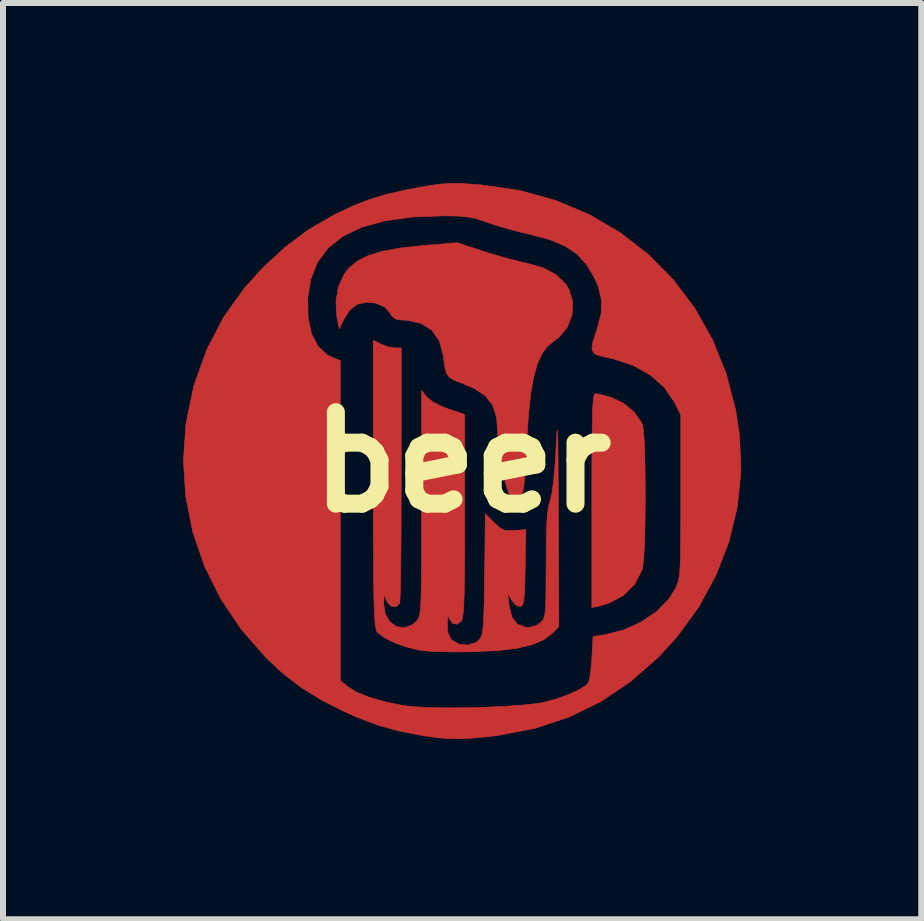
<source format=kicad_pcb>
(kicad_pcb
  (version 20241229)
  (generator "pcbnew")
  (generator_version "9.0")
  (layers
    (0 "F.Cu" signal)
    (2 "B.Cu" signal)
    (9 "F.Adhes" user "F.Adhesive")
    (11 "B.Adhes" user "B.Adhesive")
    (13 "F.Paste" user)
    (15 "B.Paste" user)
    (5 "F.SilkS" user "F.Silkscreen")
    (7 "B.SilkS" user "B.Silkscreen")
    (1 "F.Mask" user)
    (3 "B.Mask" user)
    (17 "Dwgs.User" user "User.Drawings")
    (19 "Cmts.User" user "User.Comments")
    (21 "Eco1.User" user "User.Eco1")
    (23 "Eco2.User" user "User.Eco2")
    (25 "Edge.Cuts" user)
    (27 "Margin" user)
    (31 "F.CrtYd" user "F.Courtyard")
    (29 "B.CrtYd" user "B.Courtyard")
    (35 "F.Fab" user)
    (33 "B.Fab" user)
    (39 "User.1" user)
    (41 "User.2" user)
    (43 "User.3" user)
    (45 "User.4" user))
  (footprint "beer"
    (layer "F.Cu")
    (at 4.65 4.651)
    (property "Reference" "beer" (at 0 0 0) (layer "F.SilkS") (effects (font (size 1.524 1.524) (thickness 0.3))))
    (attr through_hole)
    (fp_poly (pts (xy 2.286 -1.132) (xy 2.404 -1.102) (xy 2.481 -1.081) (xy 2.686 -0.985) (xy 2.863 -0.838) (xy 2.986 -0.663) (xy 3.003 -0.622) (xy 3.018 -0.539) (xy 3.03 -0.385) (xy 3.039 -0.177) (xy 3.045 0.073) (xy 3.048 0.349) (xy 3.049 0.637) (xy 3.046 0.922) (xy 3.041 1.189) (xy 3.033 1.425) (xy 3.022 1.615) (xy 3.008 1.743) (xy 3 1.782) (xy 2.876 2.025) (xy 2.689 2.215) (xy 2.446 2.346) (xy 2.297 2.39) (xy 2.159 2.42) (xy 2.159 0.638) (xy 2.159 0.191) (xy 2.161 -0.179) (xy 2.164 -0.477) (xy 2.168 -0.711) (xy 2.173 -0.887) (xy 2.181 -1.011) (xy 2.191 -1.091) (xy 2.202 -1.133) (xy 2.215 -1.143) (xy 2.286 -1.132)) (stroke (width 0.01) (type solid)) (fill yes) (layer "F.Cu"))
    (fp_poly (pts (xy 0.329 -3.522) (xy 0.548 -3.453) (xy 0.782 -3.388) (xy 0.99 -3.336) (xy 1.058 -3.321) (xy 1.347 -3.24) (xy 1.565 -3.124) (xy 1.722 -2.969) (xy 1.782 -2.872) (xy 1.841 -2.668) (xy 1.829 -2.455) (xy 1.751 -2.253) (xy 1.615 -2.085) (xy 1.535 -2.026) (xy 1.423 -1.936) (xy 1.33 -1.812) (xy 1.254 -1.647) (xy 1.193 -1.432) (xy 1.144 -1.159) (xy 1.106 -0.821) (xy 1.077 -0.41) (xy 1.067 -0.201) (xy 1.054 0.063) (xy 1.041 0.255) (xy 1.028 0.39) (xy 1.01 0.481) (xy 0.988 0.541) (xy 0.957 0.585) (xy 0.941 0.601) (xy 0.849 0.694) (xy 0.781 0.531) (xy 0.723 0.354) (xy 0.669 0.126) (xy 0.625 -0.121) (xy 0.598 -0.353) (xy 0.592 -0.48) (xy 0.573 -0.745) (xy 0.507 -0.948) (xy 0.386 -1.106) (xy 0.199 -1.231) (xy -0.002 -1.316) (xy -0.129 -1.365) (xy -0.21 -1.412) (xy -0.259 -1.476) (xy -0.288 -1.579) (xy -0.312 -1.742) (xy -0.317 -1.785) (xy -0.382 -2.023) (xy -0.505 -2.2) (xy -0.686 -2.314) (xy -0.922 -2.366) (xy -0.985 -2.368) (xy -1.103 -2.383) (xy -1.17 -2.433) (xy -1.191 -2.472) (xy -1.287 -2.585) (xy -1.443 -2.652) (xy -1.58 -2.667) (xy -1.746 -2.634) (xy -1.878 -2.532) (xy -1.972 -2.383) (xy -2.049 -2.223) (xy -2.089 -2.429) (xy -2.104 -2.684) (xy -2.059 -2.932) (xy -1.96 -3.145) (xy -1.891 -3.232) (xy -1.749 -3.35) (xy -1.564 -3.444) (xy -1.327 -3.516) (xy -1.026 -3.571) (xy -0.669 -3.609) (xy -0.084 -3.658) (xy 0.329 -3.522)) (stroke (width 0.01) (type solid)) (fill yes) (layer "F.Cu"))
    (fp_poly (pts (xy 0.003 -4.643) (xy 0.222 -4.629) (xy 0.318 -4.621) (xy 0.956 -4.529) (xy 1.558 -4.362) (xy 2.119 -4.126) (xy 2.636 -3.823) (xy 3.103 -3.46) (xy 3.518 -3.039) (xy 3.875 -2.565) (xy 4.169 -2.042) (xy 4.398 -1.474) (xy 4.556 -0.866) (xy 4.621 -0.43) (xy 4.642 0.16) (xy 4.582 0.748) (xy 4.443 1.323) (xy 4.228 1.879) (xy 3.941 2.408) (xy 3.584 2.9) (xy 3.274 3.239) (xy 2.808 3.65) (xy 2.313 3.984) (xy 1.782 4.243) (xy 1.21 4.432) (xy 0.592 4.551) (xy 0.423 4.571) (xy 0.16 4.596) (xy -0.051 4.606) (xy -0.238 4.603) (xy -0.433 4.585) (xy -0.656 4.553) (xy -1.049 4.478) (xy -1.399 4.381) (xy -1.748 4.25) (xy -1.974 4.148) (xy -2.357 3.954) (xy -2.682 3.752) (xy -2.976 3.527) (xy -3.261 3.262) (xy -3.678 2.787) (xy -4.023 2.274) (xy -4.294 1.729) (xy -4.489 1.159) (xy -4.606 0.57) (xy -4.645 -0.032) (xy -4.602 -0.639) (xy -4.477 -1.247) (xy -4.46 -1.308) (xy -4.253 -1.883) (xy -3.979 -2.41) (xy -3.748 -2.734) (xy -2.573 -2.734) (xy -2.568 -2.411) (xy -2.51 -2.141) (xy -2.402 -1.932) (xy -2.244 -1.786) (xy -2.148 -1.74) (xy -2.032 -1.695) (xy -2.032 3.633) (xy -1.902 3.742) (xy -1.759 3.83) (xy -1.55 3.914) (xy -1.296 3.988) (xy -1.015 4.046) (xy -0.91 4.061) (xy -0.718 4.078) (xy -0.466 4.088) (xy -0.173 4.091) (xy 0.143 4.087) (xy 0.461 4.077) (xy 0.764 4.062) (xy 1.033 4.042) (xy 1.248 4.018) (xy 1.352 4) (xy 1.561 3.944) (xy 1.762 3.872) (xy 1.934 3.795) (xy 2.057 3.719) (xy 2.103 3.673) (xy 2.121 3.608) (xy 2.14 3.482) (xy 2.155 3.318) (xy 2.159 3.26) (xy 2.18 2.901) (xy 2.371 2.873) (xy 2.685 2.795) (xy 2.979 2.662) (xy 3.238 2.486) (xy 3.443 2.277) (xy 3.553 2.102) (xy 3.577 2.048) (xy 3.597 1.99) (xy 3.612 1.92) (xy 3.623 1.826) (xy 3.631 1.699) (xy 3.636 1.53) (xy 3.639 1.307) (xy 3.64 1.023) (xy 3.641 0.666) (xy 3.641 0.566) (xy 3.641 -0.788) (xy 3.531 -1.008) (xy 3.364 -1.25) (xy 3.13 -1.456) (xy 2.839 -1.618) (xy 2.503 -1.727) (xy 2.421 -1.744) (xy 2.278 -1.776) (xy 2.194 -1.816) (xy 2.16 -1.882) (xy 2.173 -1.99) (xy 2.224 -2.156) (xy 2.244 -2.212) (xy 2.314 -2.474) (xy 2.321 -2.705) (xy 2.264 -2.934) (xy 2.199 -3.082) (xy 2.069 -3.298) (xy 1.911 -3.469) (xy 1.713 -3.602) (xy 1.46 -3.708) (xy 1.138 -3.795) (xy 1.101 -3.803) (xy 0.883 -3.856) (xy 0.656 -3.919) (xy 0.46 -3.981) (xy 0.412 -3.998) (xy 0.255 -4.052) (xy 0.109 -4.084) (xy -0.056 -4.101) (xy -0.27 -4.106) (xy -0.308 -4.106) (xy -0.834 -4.085) (xy -1.288 -4.022) (xy -1.671 -3.917) (xy -1.984 -3.768) (xy -2.23 -3.575) (xy -2.409 -3.336) (xy -2.523 -3.051) (xy -2.573 -2.734) (xy -3.748 -2.734) (xy -3.632 -2.897) (xy -3.323 -3.239) (xy -2.951 -3.583) (xy -2.573 -3.866) (xy -2.16 -4.108) (xy -2.095 -4.141) (xy -1.811 -4.275) (xy -1.541 -4.379) (xy -1.259 -4.464) (xy -0.935 -4.538) (xy -0.735 -4.576) (xy -0.513 -4.614) (xy -0.335 -4.637) (xy -0.173 -4.646) (xy 0.003 -4.643)) (stroke (width 0.01) (type solid)) (fill yes) (layer "F.Cu"))
    (fp_poly (pts (xy -1.357 -1.97) (xy -1.234 -1.923) (xy -1.124 -1.905) (xy -1.016 -1.905) (xy -1.016 0.187) (xy -1.017 0.602) (xy -1.018 0.992) (xy -1.02 1.349) (xy -1.023 1.664) (xy -1.027 1.93) (xy -1.031 2.137) (xy -1.036 2.278) (xy -1.041 2.343) (xy -1.042 2.346) (xy -1.097 2.407) (xy -1.173 2.403) (xy -1.242 2.34) (xy -1.263 2.297) (xy -1.29 2.229) (xy -1.303 2.228) (xy -1.308 2.301) (xy -1.309 2.354) (xy -1.282 2.527) (xy -1.205 2.657) (xy -1.094 2.737) (xy -0.965 2.757) (xy -0.833 2.708) (xy -0.769 2.654) (xy -0.747 2.629) (xy -0.729 2.6) (xy -0.715 2.561) (xy -0.703 2.502) (xy -0.694 2.416) (xy -0.687 2.295) (xy -0.683 2.133) (xy -0.68 1.92) (xy -0.678 1.649) (xy -0.678 1.313) (xy -0.677 0.904) (xy -0.677 0.679) (xy -0.677 -1.197) (xy -0.592 -1.088) (xy -0.491 -1.005) (xy -0.328 -0.924) (xy -0.232 -0.889) (xy 0.042 -0.797) (xy 0.042 0.884) (xy 0.042 1.324) (xy 0.04 1.686) (xy 0.037 1.978) (xy 0.032 2.206) (xy 0.025 2.379) (xy 0.017 2.503) (xy 0.005 2.585) (xy -0.008 2.633) (xy -0.015 2.645) (xy -0.091 2.699) (xy -0.167 2.679) (xy -0.219 2.595) (xy -0.224 2.574) (xy -0.235 2.554) (xy -0.245 2.607) (xy -0.248 2.678) (xy -0.24 2.83) (xy -0.197 2.931) (xy -0.169 2.963) (xy -0.047 3.033) (xy 0.098 3.045) (xy 0.232 2.999) (xy 0.279 2.959) (xy 0.305 2.925) (xy 0.325 2.878) (xy 0.34 2.808) (xy 0.351 2.705) (xy 0.359 2.556) (xy 0.365 2.351) (xy 0.37 2.08) (xy 0.373 1.865) (xy 0.385 0.859) (xy 0.531 1.005) (xy 0.631 1.095) (xy 0.717 1.135) (xy 0.829 1.139) (xy 0.869 1.136) (xy 1.06 1.121) (xy 1.049 1.756) (xy 1.043 2.003) (xy 1.036 2.178) (xy 1.026 2.293) (xy 1.011 2.361) (xy 0.989 2.394) (xy 0.966 2.404) (xy 0.892 2.379) (xy 0.826 2.299) (xy 0.757 2.18) (xy 0.781 2.392) (xy 0.828 2.581) (xy 0.922 2.7) (xy 1.064 2.75) (xy 1.105 2.752) (xy 1.227 2.722) (xy 1.312 2.667) (xy 1.341 2.634) (xy 1.362 2.59) (xy 1.377 2.525) (xy 1.387 2.427) (xy 1.393 2.283) (xy 1.396 2.082) (xy 1.397 1.812) (xy 1.398 1.704) (xy 1.399 1.382) (xy 1.404 1.132) (xy 1.413 0.942) (xy 1.428 0.801) (xy 1.447 0.695) (xy 1.465 0.635) (xy 1.498 0.495) (xy 1.526 0.277) (xy 1.55 -0.011) (xy 1.564 -0.254) (xy 1.571 -0.406) (xy 1.578 -0.502) (xy 1.583 -0.539) (xy 1.588 -0.513) (xy 1.592 -0.422) (xy 1.595 -0.261) (xy 1.597 -0.028) (xy 1.599 0.281) (xy 1.601 0.67) (xy 1.602 0.894) (xy 1.609 2.74) (xy 1.497 2.852) (xy 1.355 2.958) (xy 1.161 3.039) (xy 0.907 3.099) (xy 0.586 3.137) (xy 0.189 3.156) (xy 0.169 3.156) (xy -0.079 3.159) (xy -0.316 3.156) (xy -0.521 3.148) (xy -0.672 3.136) (xy -0.712 3.13) (xy -0.921 3.08) (xy -1.121 3.009) (xy -1.288 2.927) (xy -1.4 2.844) (xy -1.42 2.821) (xy -1.433 2.791) (xy -1.445 2.74) (xy -1.454 2.66) (xy -1.462 2.545) (xy -1.468 2.389) (xy -1.473 2.185) (xy -1.477 1.927) (xy -1.479 1.609) (xy -1.481 1.224) (xy -1.482 0.766) (xy -1.482 0.349) (xy -1.482 -2.034) (xy -1.357 -1.97)) (stroke (width 0.01) (type solid)) (fill yes) (layer "F.Cu"))
    (fp_poly (pts (xy 0.003 -4.643) (xy 0.222 -4.629) (xy 0.318 -4.621) (xy 0.956 -4.529) (xy 1.558 -4.362) (xy 2.119 -4.126) (xy 2.636 -3.823) (xy 3.103 -3.46) (xy 3.518 -3.039) (xy 3.875 -2.565) (xy 4.169 -2.042) (xy 4.398 -1.474) (xy 4.556 -0.866) (xy 4.621 -0.43) (xy 4.642 0.16) (xy 4.582 0.748) (xy 4.443 1.323) (xy 4.228 1.879) (xy 3.941 2.408) (xy 3.584 2.9) (xy 3.274 3.239) (xy 2.808 3.65) (xy 2.313 3.984) (xy 1.782 4.243) (xy 1.21 4.432) (xy 0.592 4.551) (xy 0.423 4.571) (xy 0.16 4.596) (xy -0.051 4.606) (xy -0.238 4.603) (xy -0.433 4.585) (xy -0.656 4.553) (xy -1.049 4.478) (xy -1.399 4.381) (xy -1.748 4.25) (xy -1.974 4.148) (xy -2.357 3.954) (xy -2.682 3.752) (xy -2.976 3.527) (xy -3.261 3.262) (xy -3.678 2.787) (xy -4.023 2.274) (xy -4.294 1.729) (xy -4.489 1.159) (xy -4.606 0.57) (xy -4.645 -0.032) (xy -4.602 -0.639) (xy -4.477 -1.247) (xy -4.46 -1.308) (xy -4.253 -1.883) (xy -3.979 -2.41) (xy -3.632 -2.897) (xy -3.323 -3.239) (xy -2.951 -3.583) (xy -2.573 -3.866) (xy -2.16 -4.108) (xy -2.095 -4.141) (xy -1.811 -4.275) (xy -1.541 -4.379) (xy -1.259 -4.464) (xy -0.935 -4.538) (xy -0.735 -4.576) (xy -0.513 -4.614) (xy -0.335 -4.637) (xy -0.173 -4.646) (xy 0.003 -4.643)) (stroke (width 0.01) (type solid)) (fill yes) (layer "F.Mask")))
  (gr_rect
    (start -3 -3)
    (end 12.297 12.263)
    (stroke (width 0.1) (type default))
    (fill no)
    (layer "Edge.Cuts")))
</source>
